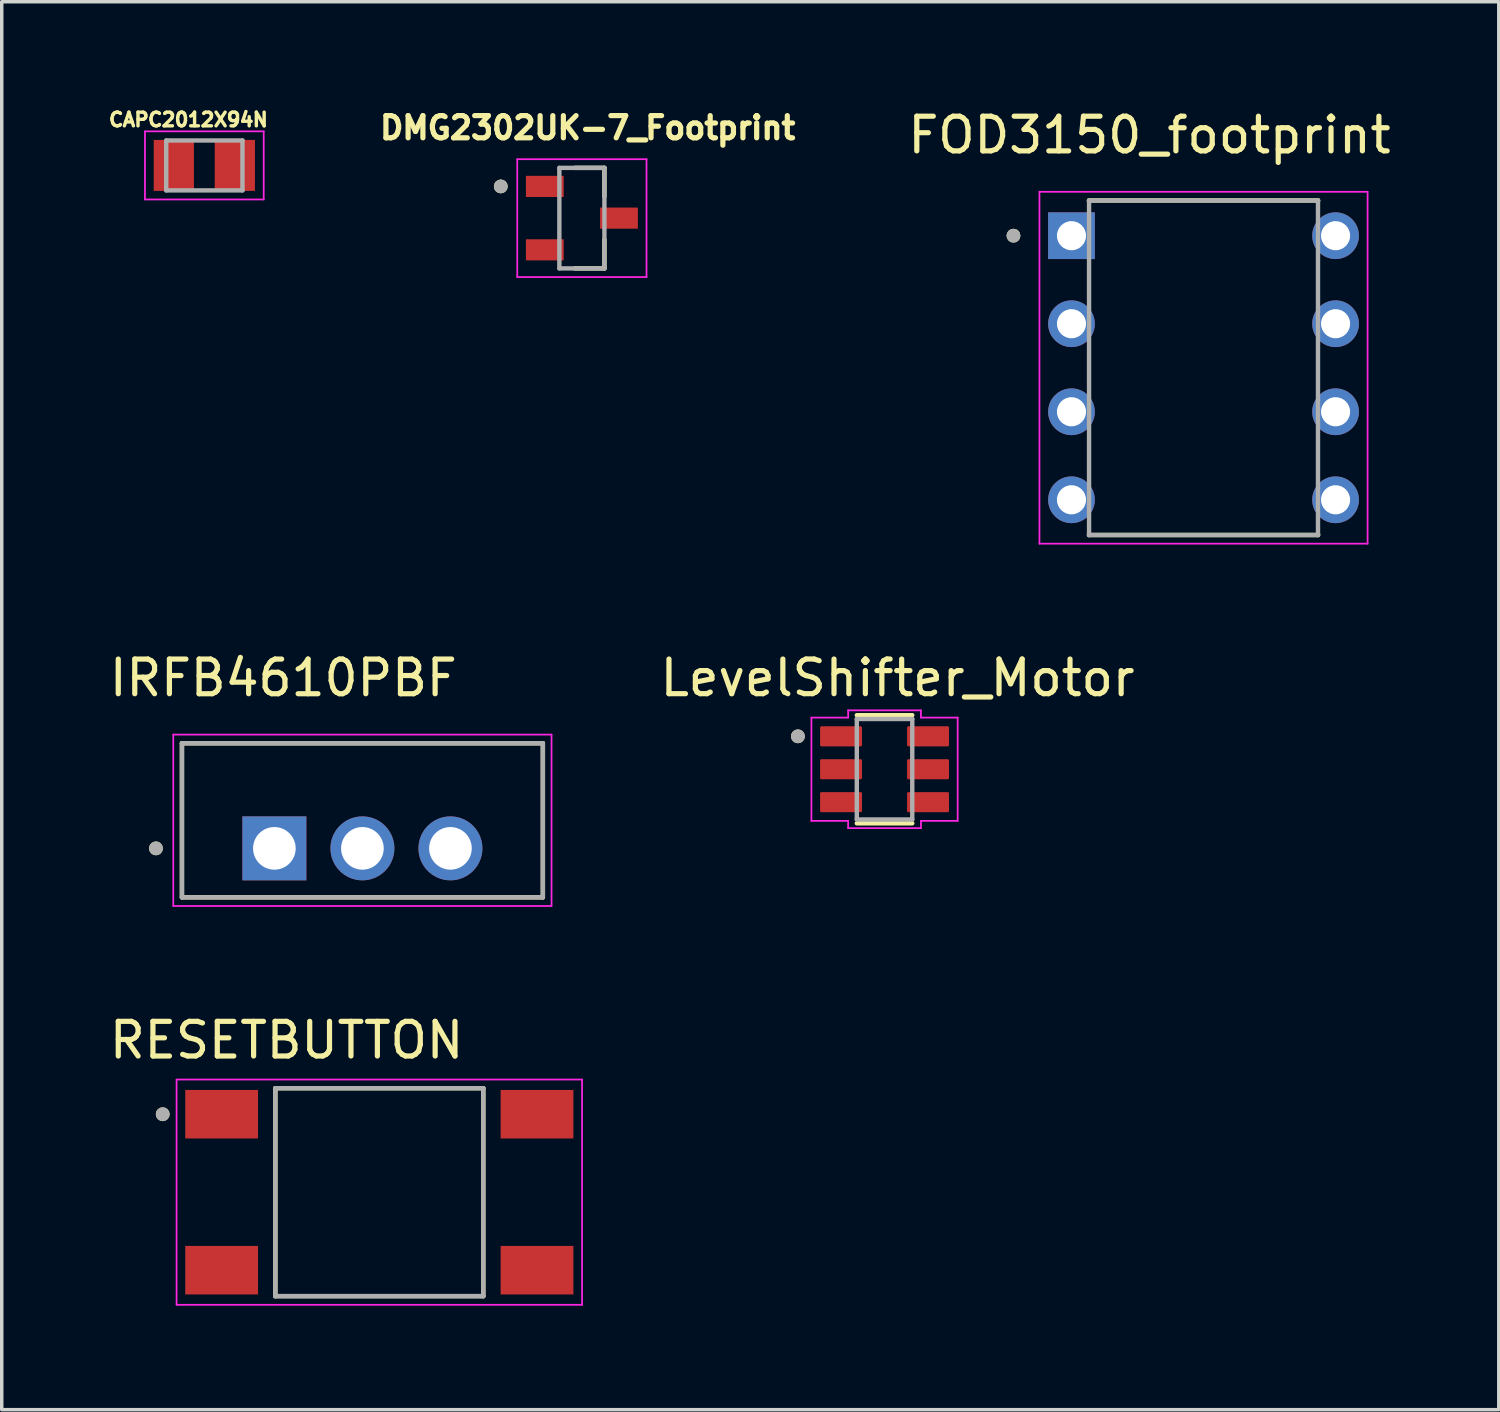
<source format=kicad_pcb>
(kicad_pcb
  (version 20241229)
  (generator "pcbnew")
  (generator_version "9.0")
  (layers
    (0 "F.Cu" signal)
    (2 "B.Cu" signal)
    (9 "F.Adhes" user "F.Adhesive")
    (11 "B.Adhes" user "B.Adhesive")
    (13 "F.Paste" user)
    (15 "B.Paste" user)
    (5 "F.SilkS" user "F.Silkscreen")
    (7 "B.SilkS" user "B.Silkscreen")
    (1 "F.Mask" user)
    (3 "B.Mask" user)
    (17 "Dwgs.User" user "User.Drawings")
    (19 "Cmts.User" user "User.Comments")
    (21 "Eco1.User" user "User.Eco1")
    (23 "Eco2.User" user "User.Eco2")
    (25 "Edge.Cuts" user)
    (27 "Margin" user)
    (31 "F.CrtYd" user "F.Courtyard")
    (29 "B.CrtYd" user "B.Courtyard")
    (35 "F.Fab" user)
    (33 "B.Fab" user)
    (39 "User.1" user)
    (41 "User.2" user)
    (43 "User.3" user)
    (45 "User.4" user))
  (footprint "DMG2302UK-7_Footprint"
    (layer "F.Cu")
    (at 13.74 3.244)
    (property "Reference" "DMG2302UK-7_Footprint" (at 0.167 -2.606 0) (layer "F.SilkS") (effects (font (size 0.64 0.64) (thickness 0.15))))
    (attr smd)
    (fp_line (start -0.205 -1.45) (end 0.65 -1.45) (stroke (width 0.127) (type solid)) (layer "F.SilkS"))
    (fp_line (start 0.65 -1.45) (end 0.65 -0.625) (stroke (width 0.127) (type solid)) (layer "F.SilkS"))
    (fp_line (start 0.65 1.45) (end -0.205 1.45) (stroke (width 0.127) (type solid)) (layer "F.SilkS"))
    (fp_line (start 0.65 1.45) (end 0.65 0.625) (stroke (width 0.127) (type solid)) (layer "F.SilkS"))
    (fp_circle (center -2.34 -0.915) (end -2.24 -0.915) (stroke (width 0.2) (type solid)) (fill no) (layer "F.SilkS"))
    (fp_line (start -1.865 -1.7) (end -1.865 1.7) (stroke (width 0.05) (type solid)) (layer "F.CrtYd"))
    (fp_line (start -1.865 1.7) (end 1.865 1.7) (stroke (width 0.05) (type solid)) (layer "F.CrtYd"))
    (fp_line (start 1.865 -1.7) (end -1.865 -1.7) (stroke (width 0.05) (type solid)) (layer "F.CrtYd"))
    (fp_line (start 1.865 1.7) (end 1.865 -1.7) (stroke (width 0.05) (type solid)) (layer "F.CrtYd"))
    (fp_line (start -0.65 -1.45) (end 0.65 -1.45) (stroke (width 0.127) (type solid)) (layer "F.Fab"))
    (fp_line (start -0.65 1.45) (end -0.65 -1.45) (stroke (width 0.127) (type solid)) (layer "F.Fab"))
    (fp_line (start 0.65 -1.45) (end 0.65 1.45) (stroke (width 0.127) (type solid)) (layer "F.Fab"))
    (fp_line (start 0.65 1.45) (end -0.65 1.45) (stroke (width 0.127) (type solid)) (layer "F.Fab"))
    (fp_circle (center -2.34 -0.915) (end -2.24 -0.915) (stroke (width 0.2) (type solid)) (fill no) (layer "F.Fab"))
    (pad "1" smd rect (at -1.07 -0.915) (size 1.09 0.61) (layers "F.Cu" "F.Mask" "F.Paste"))
    (pad "2" smd rect (at -1.07 0.915) (size 1.09 0.61) (layers "F.Cu" "F.Mask" "F.Paste"))
    (pad "3" smd rect (at 1.07 0) (size 1.09 0.61) (layers "F.Cu" "F.Mask" "F.Paste")))
  (footprint "LevelShifter_Motor"
    (layer "F.Cu")
    (at 22.473 19.146)
    (property "Reference" "LevelShifter_Motor" (at 0.375 -2.635 0) (layer "F.SilkS") (effects (font (size 1 1) (thickness 0.15))))
    (attr smd)
    (fp_line (start -0.8 1.56) (end 0.8 1.56) (stroke (width 0.127) (type solid)) (layer "F.SilkS"))
    (fp_line (start 0.8 -1.56) (end -0.8 -1.56) (stroke (width 0.127) (type solid)) (layer "F.SilkS"))
    (fp_circle (center -2.5 -0.95) (end -2.4 -0.95) (stroke (width 0.2) (type solid)) (fill no) (layer "F.SilkS"))
    (fp_line (start -2.11 -1.49) (end -2.11 1.49) (stroke (width 0.05) (type solid)) (layer "F.CrtYd"))
    (fp_line (start -2.11 -1.49) (end -1.05 -1.49) (stroke (width 0.05) (type solid)) (layer "F.CrtYd"))
    (fp_line (start -2.11 1.49) (end -1.05 1.49) (stroke (width 0.05) (type solid)) (layer "F.CrtYd"))
    (fp_line (start -1.05 -1.49) (end -1.05 -1.7) (stroke (width 0.05) (type solid)) (layer "F.CrtYd"))
    (fp_line (start -1.05 1.49) (end -1.05 1.7) (stroke (width 0.05) (type solid)) (layer "F.CrtYd"))
    (fp_line (start -1.05 1.7) (end 1.05 1.7) (stroke (width 0.05) (type solid)) (layer "F.CrtYd"))
    (fp_line (start 1.05 -1.7) (end -1.05 -1.7) (stroke (width 0.05) (type solid)) (layer "F.CrtYd"))
    (fp_line (start 1.05 -1.49) (end 1.05 -1.7) (stroke (width 0.05) (type solid)) (layer "F.CrtYd"))
    (fp_line (start 1.05 1.49) (end 1.05 1.7) (stroke (width 0.05) (type solid)) (layer "F.CrtYd"))
    (fp_line (start 2.11 -1.49) (end 1.05 -1.49) (stroke (width 0.05) (type solid)) (layer "F.CrtYd"))
    (fp_line (start 2.11 1.49) (end 1.05 1.49) (stroke (width 0.05) (type solid)) (layer "F.CrtYd"))
    (fp_line (start 2.11 1.49) (end 2.11 -1.49) (stroke (width 0.05) (type solid)) (layer "F.CrtYd"))
    (fp_line (start -0.8 -1.45) (end -0.8 1.45) (stroke (width 0.127) (type solid)) (layer "F.Fab"))
    (fp_line (start -0.8 1.45) (end 0.8 1.45) (stroke (width 0.127) (type solid)) (layer "F.Fab"))
    (fp_line (start 0.8 -1.45) (end -0.8 -1.45) (stroke (width 0.127) (type solid)) (layer "F.Fab"))
    (fp_line (start 0.8 1.45) (end 0.8 -1.45) (stroke (width 0.127) (type solid)) (layer "F.Fab"))
    (fp_circle (center -2.5 -0.95) (end -2.4 -0.95) (stroke (width 0.2) (type solid)) (fill no) (layer "F.Fab"))
    (pad "1" smd roundrect (at -1.255 -0.95) (size 1.21 0.58) (layers "F.Cu" "F.Mask" "F.Paste") (roundrect_rratio 0.07))
    (pad "2" smd roundrect (at -1.255 0) (size 1.21 0.58) (layers "F.Cu" "F.Mask" "F.Paste") (roundrect_rratio 0.07))
    (pad "3" smd roundrect (at -1.255 0.95) (size 1.21 0.58) (layers "F.Cu" "F.Mask" "F.Paste") (roundrect_rratio 0.07))
    (pad "4" smd roundrect (at 1.255 0.95) (size 1.21 0.58) (layers "F.Cu" "F.Mask" "F.Paste") (roundrect_rratio 0.07))
    (pad "5" smd roundrect (at 1.255 0) (size 1.21 0.58) (layers "F.Cu" "F.Mask" "F.Paste") (roundrect_rratio 0.07))
    (pad "6" smd roundrect (at 1.255 -0.95) (size 1.21 0.58) (layers "F.Cu" "F.Mask" "F.Paste") (roundrect_rratio 0.07)))
  (footprint "FOD3150_footprint"
    (layer "F.Cu")
    (at 31.677 7.561)
    (property "Reference" "FOD3150_footprint" (at -1.559 -6.713 0) (layer "F.SilkS") (effects (font (size 1 1) (thickness 0.15))))
    (attr through_hole)
    (fp_line (start -3.303 -4.827) (end -3.303 -4.804) (stroke (width 0.127) (type solid)) (layer "F.SilkS"))
    (fp_line (start -3.303 -4.827) (end 3.303 -4.827) (stroke (width 0.127) (type solid)) (layer "F.SilkS"))
    (fp_line (start -3.303 4.827) (end -3.303 4.804) (stroke (width 0.127) (type solid)) (layer "F.SilkS"))
    (fp_line (start -3.303 4.827) (end 3.303 4.827) (stroke (width 0.127) (type solid)) (layer "F.SilkS"))
    (fp_line (start 3.303 -4.827) (end 3.303 -4.804) (stroke (width 0.127) (type solid)) (layer "F.SilkS"))
    (fp_line (start 3.303 4.827) (end 3.303 4.804) (stroke (width 0.127) (type solid)) (layer "F.SilkS"))
    (fp_circle (center -5.484 -3.81) (end -5.384 -3.81) (stroke (width 0.2) (type solid)) (fill no) (layer "F.SilkS"))
    (fp_line (start -4.734 -5.077) (end -4.734 5.077) (stroke (width 0.05) (type solid)) (layer "F.CrtYd"))
    (fp_line (start -4.734 5.077) (end 4.734 5.077) (stroke (width 0.05) (type solid)) (layer "F.CrtYd"))
    (fp_line (start 4.734 -5.077) (end -4.734 -5.077) (stroke (width 0.05) (type solid)) (layer "F.CrtYd"))
    (fp_line (start 4.734 5.077) (end 4.734 -5.077) (stroke (width 0.05) (type solid)) (layer "F.CrtYd"))
    (fp_line (start -3.303 -4.827) (end -3.303 4.827) (stroke (width 0.127) (type solid)) (layer "F.Fab"))
    (fp_line (start -3.303 -4.827) (end 3.303 -4.827) (stroke (width 0.127) (type solid)) (layer "F.Fab"))
    (fp_line (start -3.303 4.827) (end 3.303 4.827) (stroke (width 0.127) (type solid)) (layer "F.Fab"))
    (fp_line (start 3.303 -4.827) (end 3.303 4.827) (stroke (width 0.127) (type solid)) (layer "F.Fab"))
    (fp_circle (center -5.484 -3.81) (end -5.384 -3.81) (stroke (width 0.2) (type solid)) (fill no) (layer "F.Fab"))
    (pad "1" thru_hole rect (at -3.81 -3.81) (size 1.348 1.348) (drill 0.84) (layers "*.Cu" "*.Mask"))
    (pad "2" thru_hole circle (at -3.81 -1.27) (size 1.348 1.348) (drill 0.84) (layers "*.Cu" "*.Mask"))
    (pad "3" thru_hole circle (at -3.81 1.27) (size 1.348 1.348) (drill 0.84) (layers "*.Cu" "*.Mask"))
    (pad "4" thru_hole circle (at -3.81 3.81) (size 1.348 1.348) (drill 0.84) (layers "*.Cu" "*.Mask"))
    (pad "5" thru_hole circle (at 3.81 3.81) (size 1.348 1.348) (drill 0.84) (layers "*.Cu" "*.Mask"))
    (pad "6" thru_hole circle (at 3.81 1.27) (size 1.348 1.348) (drill 0.84) (layers "*.Cu" "*.Mask"))
    (pad "7" thru_hole circle (at 3.81 -1.27) (size 1.348 1.348) (drill 0.84) (layers "*.Cu" "*.Mask"))
    (pad "8" thru_hole circle (at 3.81 -3.81) (size 1.348 1.348) (drill 0.84) (layers "*.Cu" "*.Mask")))
  (footprint "CAPC2012X94N"
    (layer "F.Cu")
    (at 2.846 1.723)
    (property "Reference" "CAPC2012X94N" (at -0.46 -1.32 0) (layer "F.SilkS") (effects (font (size 0.394 0.394) (thickness 0.15))))
    (attr smd)
    (fp_line (start -1.713 -0.983) (end 1.713 -0.983) (stroke (width 0.05) (type solid)) (layer "F.CrtYd"))
    (fp_line (start -1.713 0.983) (end -1.713 -0.983) (stroke (width 0.05) (type solid)) (layer "F.CrtYd"))
    (fp_line (start -1.713 0.983) (end 1.713 0.983) (stroke (width 0.05) (type solid)) (layer "F.CrtYd"))
    (fp_line (start 1.713 0.983) (end 1.713 -0.983) (stroke (width 0.05) (type solid)) (layer "F.CrtYd"))
    (fp_line (start -1.1 0.72) (end -1.1 -0.72) (stroke (width 0.127) (type solid)) (layer "F.Fab"))
    (fp_line (start 1.1 -0.72) (end -1.1 -0.72) (stroke (width 0.127) (type solid)) (layer "F.Fab"))
    (fp_line (start 1.1 0.72) (end -1.1 0.72) (stroke (width 0.127) (type solid)) (layer "F.Fab"))
    (fp_line (start 1.1 0.72) (end 1.1 -0.72) (stroke (width 0.127) (type solid)) (layer "F.Fab"))
    (pad "1" smd rect (at -0.88 0) (size 1.16 1.47) (layers "F.Cu" "F.Mask" "F.Paste"))
    (pad "2" smd rect (at 0.88 0) (size 1.16 1.47) (layers "F.Cu" "F.Mask" "F.Paste")))
  (footprint "RESETBUTTON"
    (layer "F.Cu")
    (at 7.895 31.35)
    (property "Reference" "RESETBUTTON" (at -2.675 -4.385 0) (layer "F.SilkS") (effects (font (size 1 1) (thickness 0.15))))
    (attr smd)
    (fp_line (start -3 -3) (end -3 3) (stroke (width 0.127) (type solid)) (layer "F.SilkS"))
    (fp_line (start -3 3) (end 3 3) (stroke (width 0.127) (type solid)) (layer "F.SilkS"))
    (fp_line (start 3 -3) (end -3 -3) (stroke (width 0.127) (type solid)) (layer "F.SilkS"))
    (fp_line (start 3 3) (end 3 -3) (stroke (width 0.127) (type solid)) (layer "F.SilkS"))
    (fp_circle (center -6.25 -2.25) (end -6.15 -2.25) (stroke (width 0.2) (type solid)) (fill no) (layer "F.SilkS"))
    (fp_line (start -5.85 -3.25) (end -5.85 3.25) (stroke (width 0.05) (type solid)) (layer "F.CrtYd"))
    (fp_line (start -5.85 3.25) (end 5.85 3.25) (stroke (width 0.05) (type solid)) (layer "F.CrtYd"))
    (fp_line (start 5.85 -3.25) (end -5.85 -3.25) (stroke (width 0.05) (type solid)) (layer "F.CrtYd"))
    (fp_line (start 5.85 3.25) (end 5.85 -3.25) (stroke (width 0.05) (type solid)) (layer "F.CrtYd"))
    (fp_line (start -3 -3) (end -3 3) (stroke (width 0.127) (type solid)) (layer "F.Fab"))
    (fp_line (start -3 3) (end 3 3) (stroke (width 0.127) (type solid)) (layer "F.Fab"))
    (fp_line (start 3 -3) (end -3 -3) (stroke (width 0.127) (type solid)) (layer "F.Fab"))
    (fp_line (start 3 3) (end 3 -3) (stroke (width 0.127) (type solid)) (layer "F.Fab"))
    (fp_circle (center -6.25 -2.25) (end -6.15 -2.25) (stroke (width 0.2) (type solid)) (fill no) (layer "F.Fab"))
    (pad "1" smd rect (at -4.55 -2.25) (size 2.1 1.4) (layers "F.Cu" "F.Mask" "F.Paste"))
    (pad "2" smd rect (at -4.55 2.25) (size 2.1 1.4) (layers "F.Cu" "F.Mask" "F.Paste"))
    (pad "3" smd rect (at 4.55 -2.25) (size 2.1 1.4) (layers "F.Cu" "F.Mask" "F.Paste"))
    (pad "4" smd rect (at 4.55 2.25) (size 2.1 1.4) (layers "F.Cu" "F.Mask" "F.Paste")))
  (footprint "IRFB4610PBF"
    (layer "F.Cu")
    (at 7.407 20.619)
    (property "Reference" "IRFB4610PBF" (at -2.283 -4.107 0) (layer "F.SilkS") (effects (font (size 1 1) (thickness 0.15))))
    (attr through_hole)
    (fp_line (start -5.207 -2.223) (end 5.207 -2.223) (stroke (width 0.127) (type solid)) (layer "F.SilkS"))
    (fp_line (start -5.207 2.223) (end -5.207 -2.223) (stroke (width 0.127) (type solid)) (layer "F.SilkS"))
    (fp_line (start 5.207 -2.223) (end 5.207 2.223) (stroke (width 0.127) (type solid)) (layer "F.SilkS"))
    (fp_line (start 5.207 2.223) (end -5.207 2.223) (stroke (width 0.127) (type solid)) (layer "F.SilkS"))
    (fp_circle (center -5.957 0.81) (end -5.857 0.81) (stroke (width 0.2) (type solid)) (fill no) (layer "F.SilkS"))
    (fp_line (start -5.457 -2.473) (end -5.457 2.473) (stroke (width 0.05) (type solid)) (layer "F.CrtYd"))
    (fp_line (start -5.457 2.473) (end 5.457 2.473) (stroke (width 0.05) (type solid)) (layer "F.CrtYd"))
    (fp_line (start 5.457 -2.473) (end -5.457 -2.473) (stroke (width 0.05) (type solid)) (layer "F.CrtYd"))
    (fp_line (start 5.457 2.473) (end 5.457 -2.473) (stroke (width 0.05) (type solid)) (layer "F.CrtYd"))
    (fp_line (start -5.207 -2.223) (end 5.207 -2.223) (stroke (width 0.127) (type solid)) (layer "F.Fab"))
    (fp_line (start -5.207 2.223) (end -5.207 -2.223) (stroke (width 0.127) (type solid)) (layer "F.Fab"))
    (fp_line (start 5.207 -2.223) (end 5.207 2.223) (stroke (width 0.127) (type solid)) (layer "F.Fab"))
    (fp_line (start 5.207 2.223) (end -5.207 2.223) (stroke (width 0.127) (type solid)) (layer "F.Fab"))
    (fp_circle (center -5.957 0.81) (end -5.857 0.81) (stroke (width 0.2) (type solid)) (fill no) (layer "F.Fab"))
    (pad "1" thru_hole rect (at -2.54 0.81) (size 1.845 1.845) (drill 1.23) (layers "*.Cu" "*.Mask"))
    (pad "2" thru_hole circle (at 0 0.81) (size 1.845 1.845) (drill 1.23) (layers "*.Cu" "*.Mask"))
    (pad "3" thru_hole circle (at 2.54 0.81) (size 1.845 1.845) (drill 1.23) (layers "*.Cu" "*.Mask")))
  (gr_rect
    (start -3 -3)
    (end 40.196 37.625)
    (stroke (width 0.1) (type default))
    (fill no)
    (layer "Edge.Cuts")))
</source>
